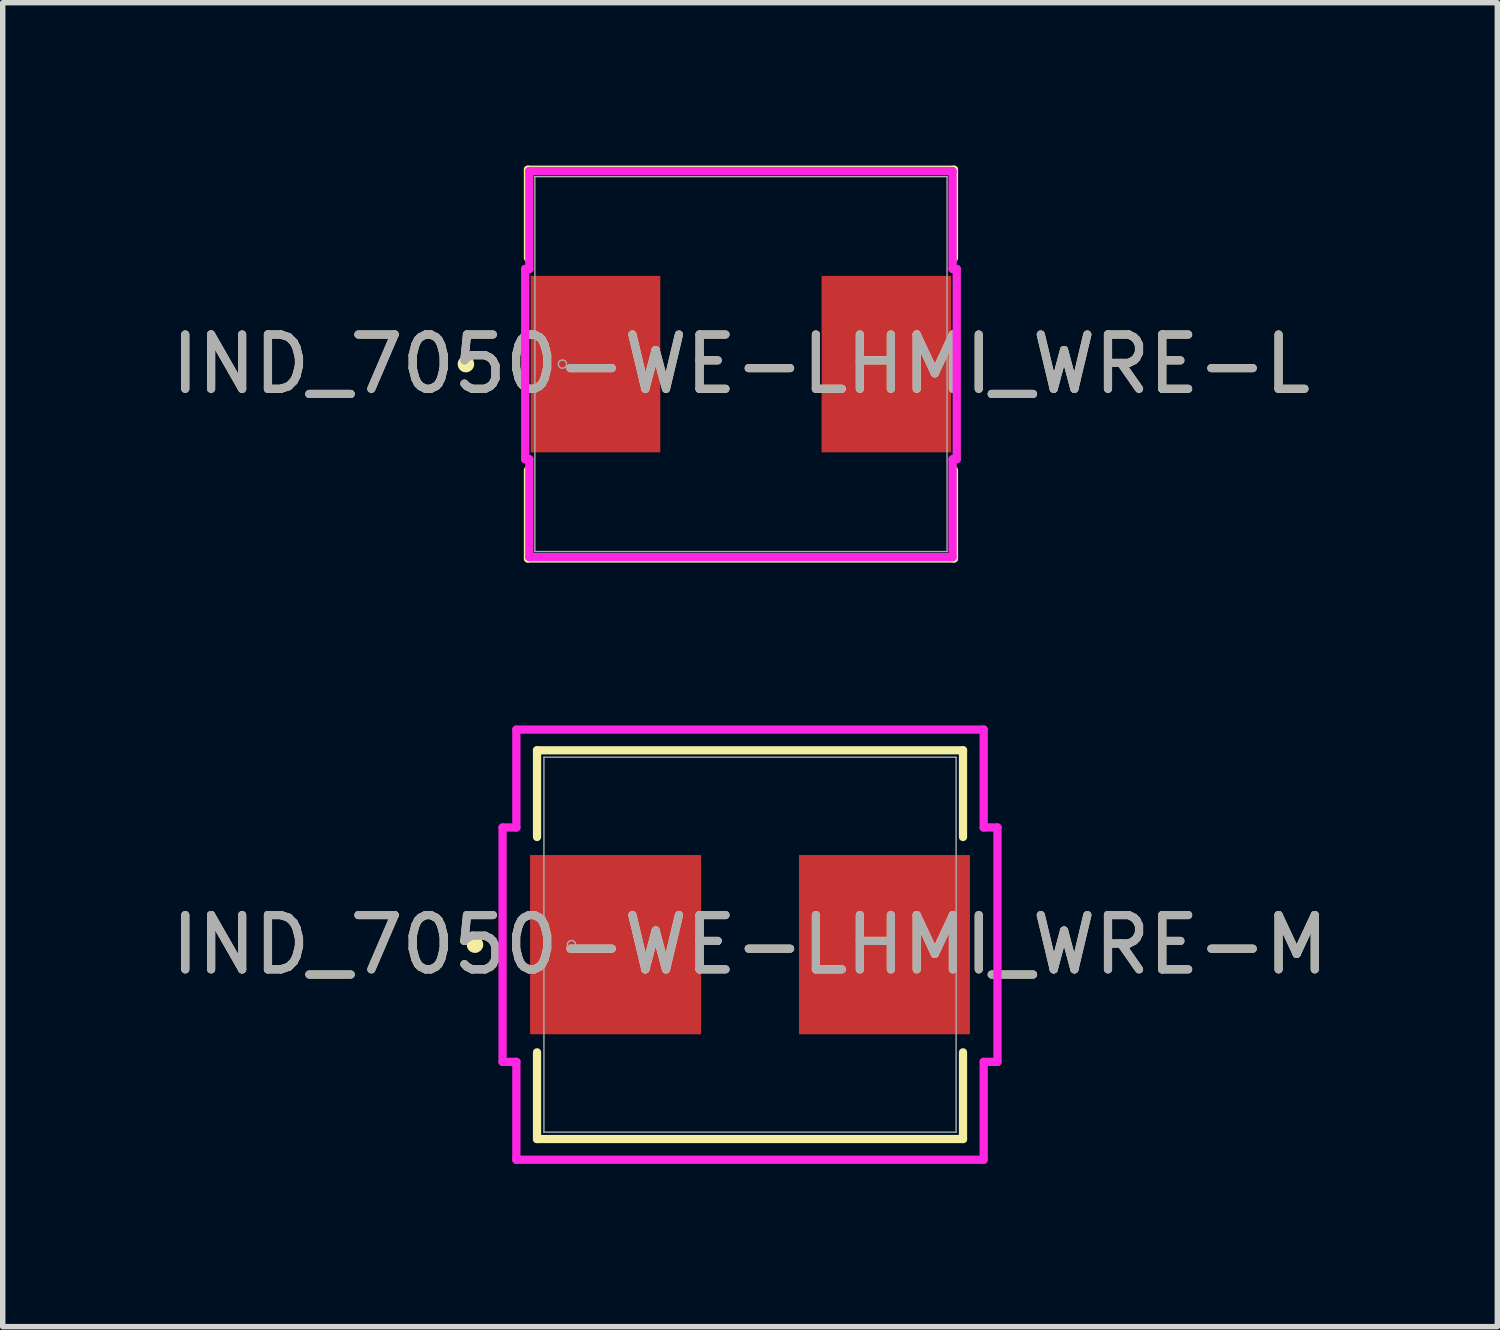
<source format=kicad_pcb>
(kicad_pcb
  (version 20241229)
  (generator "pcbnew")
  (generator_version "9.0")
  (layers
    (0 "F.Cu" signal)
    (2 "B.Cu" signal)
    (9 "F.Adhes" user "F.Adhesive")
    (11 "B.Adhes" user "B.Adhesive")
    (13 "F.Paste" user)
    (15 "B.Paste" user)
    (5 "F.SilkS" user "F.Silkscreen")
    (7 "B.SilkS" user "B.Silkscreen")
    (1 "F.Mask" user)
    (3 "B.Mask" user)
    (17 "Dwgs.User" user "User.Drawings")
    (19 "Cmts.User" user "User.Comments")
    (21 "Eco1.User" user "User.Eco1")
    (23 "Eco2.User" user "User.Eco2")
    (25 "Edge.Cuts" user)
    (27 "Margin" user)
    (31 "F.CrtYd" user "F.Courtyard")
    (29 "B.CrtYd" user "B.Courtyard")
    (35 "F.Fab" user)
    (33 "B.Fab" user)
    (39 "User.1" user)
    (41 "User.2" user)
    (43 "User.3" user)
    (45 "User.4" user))
  (footprint "IND_7050-WE-LHMI_WRE-M"
    (layer "F.Cu")
    (at 10.768 14.354)
    (property "Reference" "IND_7050-WE-LHMI_WRE-M" (at 0 0 0) (unlocked yes) (layer "F.SilkS") (effects (font (size 1 1) (thickness 0.15))))
    (attr smd)
    (fp_line (start -3.924 -3.581) (end -3.924 -1.984) (stroke (width 0.152) (type solid)) (layer "F.SilkS"))
    (fp_line (start -3.924 1.984) (end -3.924 3.581) (stroke (width 0.152) (type solid)) (layer "F.SilkS"))
    (fp_line (start -3.924 3.581) (end 3.924 3.581) (stroke (width 0.152) (type solid)) (layer "F.SilkS"))
    (fp_line (start 3.924 -3.581) (end -3.924 -3.581) (stroke (width 0.152) (type solid)) (layer "F.SilkS"))
    (fp_line (start 3.924 -1.984) (end 3.924 -3.581) (stroke (width 0.152) (type solid)) (layer "F.SilkS"))
    (fp_line (start 3.924 3.581) (end 3.924 1.984) (stroke (width 0.152) (type solid)) (layer "F.SilkS"))
    (fp_circle (center -5.067 0) (end -4.991 0) (stroke (width 0.152) (type solid)) (fill no) (layer "F.SilkS"))
    (fp_line (start -4.559 -2.159) (end -4.305 -2.159) (stroke (width 0.152) (type solid)) (layer "F.CrtYd"))
    (fp_line (start -4.559 2.159) (end -4.559 -2.159) (stroke (width 0.152) (type solid)) (layer "F.CrtYd"))
    (fp_line (start -4.305 -3.962) (end 4.305 -3.962) (stroke (width 0.152) (type solid)) (layer "F.CrtYd"))
    (fp_line (start -4.305 -2.159) (end -4.305 -3.962) (stroke (width 0.152) (type solid)) (layer "F.CrtYd"))
    (fp_line (start -4.305 2.159) (end -4.559 2.159) (stroke (width 0.152) (type solid)) (layer "F.CrtYd"))
    (fp_line (start -4.305 3.962) (end -4.305 2.159) (stroke (width 0.152) (type solid)) (layer "F.CrtYd"))
    (fp_line (start 4.305 -3.962) (end 4.305 -2.159) (stroke (width 0.152) (type solid)) (layer "F.CrtYd"))
    (fp_line (start 4.305 -2.159) (end 4.559 -2.159) (stroke (width 0.152) (type solid)) (layer "F.CrtYd"))
    (fp_line (start 4.305 2.159) (end 4.305 3.962) (stroke (width 0.152) (type solid)) (layer "F.CrtYd"))
    (fp_line (start 4.305 3.962) (end -4.305 3.962) (stroke (width 0.152) (type solid)) (layer "F.CrtYd"))
    (fp_line (start 4.559 -2.159) (end 4.559 2.159) (stroke (width 0.152) (type solid)) (layer "F.CrtYd"))
    (fp_line (start 4.559 2.159) (end 4.305 2.159) (stroke (width 0.152) (type solid)) (layer "F.CrtYd"))
    (fp_line (start -3.797 -3.454) (end -3.797 3.454) (stroke (width 0.025) (type solid)) (layer "F.Fab"))
    (fp_line (start -3.797 3.454) (end 3.797 3.454) (stroke (width 0.025) (type solid)) (layer "F.Fab"))
    (fp_line (start 3.797 -3.454) (end -3.797 -3.454) (stroke (width 0.025) (type solid)) (layer "F.Fab"))
    (fp_line (start 3.797 3.454) (end 3.797 -3.454) (stroke (width 0.025) (type solid)) (layer "F.Fab"))
    (fp_circle (center -3.289 0) (end -3.213 0) (stroke (width 0.025) (type solid)) (fill no) (layer "F.Fab"))
    (fp_text user "${REFERENCE}" (at 0 0 0) (unlocked yes) (layer "F.Fab") (effects (font (size 1 1) (thickness 0.15))))
    (pad "1" smd rect (at -2.477 0 90) (size 3.302 3.15) (layers "F.Cu" "F.Mask" "F.Paste"))
    (pad "2" smd rect (at 2.477 0 90) (size 3.302 3.15) (layers "F.Cu" "F.Mask" "F.Paste"))
    (zone (net_name "") (layer "F.Cu") (hatch full 0.508) (connect_pads) (min_thickness 0.254) (filled_areas_thickness no) (keepout (tracks not_allowed) (vias not_allowed) (pads allowed) (copperpour not_allowed) (footprints allowed)) (placement (enabled no)) (fill) (polygon (pts (xy 7.021 10.95) (xy 14.514 10.95) (xy 14.514 12.652) (xy 7.021 12.652))))
    (zone (net_name "") (layer "F.Cu") (hatch full 0.508) (connect_pads) (min_thickness 0.254) (filled_areas_thickness no) (keepout (tracks not_allowed) (vias not_allowed) (pads allowed) (copperpour not_allowed) (footprints allowed)) (placement (enabled no)) (fill) (polygon (pts (xy 7.021 16.056) (xy 14.514 16.056) (xy 14.514 17.757) (xy 7.021 17.757))))
    (zone (net_name "") (layer "F.Cu") (hatch full 0.508) (connect_pads) (min_thickness 0.254) (filled_areas_thickness no) (keepout (tracks not_allowed) (vias not_allowed) (pads allowed) (copperpour not_allowed) (footprints allowed)) (placement (enabled no)) (fill) (polygon (pts (xy 9.917 12.652) (xy 11.619 12.652) (xy 11.619 16.056) (xy 9.917 16.056)))))
  (footprint "IND_7050-WE-LHMI_WRE-L"
    (layer "F.Cu")
    (at 10.601 3.658)
    (property "Reference" "IND_7050-WE-LHMI_WRE-L" (at 0 0 0) (unlocked yes) (layer "F.SilkS") (effects (font (size 1 1) (thickness 0.15))))
    (attr smd)
    (fp_line (start -3.924 -3.581) (end -3.924 -1.954) (stroke (width 0.152) (type solid)) (layer "F.SilkS"))
    (fp_line (start -3.924 1.954) (end -3.924 3.581) (stroke (width 0.152) (type solid)) (layer "F.SilkS"))
    (fp_line (start -3.924 3.581) (end 3.924 3.581) (stroke (width 0.152) (type solid)) (layer "F.SilkS"))
    (fp_line (start 3.924 -3.581) (end -3.924 -3.581) (stroke (width 0.152) (type solid)) (layer "F.SilkS"))
    (fp_line (start 3.924 -1.954) (end 3.924 -3.581) (stroke (width 0.152) (type solid)) (layer "F.SilkS"))
    (fp_line (start 3.924 3.581) (end 3.924 1.954) (stroke (width 0.152) (type solid)) (layer "F.SilkS"))
    (fp_circle (center -5.067 0) (end -4.991 0) (stroke (width 0.152) (type solid)) (fill no) (layer "F.SilkS"))
    (fp_line (start -3.975 -1.753) (end -3.899 -1.753) (stroke (width 0.152) (type solid)) (layer "F.CrtYd"))
    (fp_line (start -3.975 1.753) (end -3.975 -1.753) (stroke (width 0.152) (type solid)) (layer "F.CrtYd"))
    (fp_line (start -3.899 -3.556) (end 3.899 -3.556) (stroke (width 0.152) (type solid)) (layer "F.CrtYd"))
    (fp_line (start -3.899 -1.753) (end -3.899 -3.556) (stroke (width 0.152) (type solid)) (layer "F.CrtYd"))
    (fp_line (start -3.899 1.753) (end -3.975 1.753) (stroke (width 0.152) (type solid)) (layer "F.CrtYd"))
    (fp_line (start -3.899 3.556) (end -3.899 1.753) (stroke (width 0.152) (type solid)) (layer "F.CrtYd"))
    (fp_line (start 3.899 -3.556) (end 3.899 -1.753) (stroke (width 0.152) (type solid)) (layer "F.CrtYd"))
    (fp_line (start 3.899 -1.753) (end 3.975 -1.753) (stroke (width 0.152) (type solid)) (layer "F.CrtYd"))
    (fp_line (start 3.899 1.753) (end 3.899 3.556) (stroke (width 0.152) (type solid)) (layer "F.CrtYd"))
    (fp_line (start 3.899 3.556) (end -3.899 3.556) (stroke (width 0.152) (type solid)) (layer "F.CrtYd"))
    (fp_line (start 3.975 -1.753) (end 3.975 1.753) (stroke (width 0.152) (type solid)) (layer "F.CrtYd"))
    (fp_line (start 3.975 1.753) (end 3.899 1.753) (stroke (width 0.152) (type solid)) (layer "F.CrtYd"))
    (fp_line (start -3.797 -3.454) (end -3.797 3.454) (stroke (width 0.025) (type solid)) (layer "F.Fab"))
    (fp_line (start -3.797 3.454) (end 3.797 3.454) (stroke (width 0.025) (type solid)) (layer "F.Fab"))
    (fp_line (start 3.797 -3.454) (end -3.797 -3.454) (stroke (width 0.025) (type solid)) (layer "F.Fab"))
    (fp_line (start 3.797 3.454) (end 3.797 -3.454) (stroke (width 0.025) (type solid)) (layer "F.Fab"))
    (fp_circle (center -3.289 0) (end -3.213 0) (stroke (width 0.025) (type solid)) (fill no) (layer "F.Fab"))
    (fp_text user "${REFERENCE}" (at 0 0 0) (unlocked yes) (layer "F.Fab") (effects (font (size 1 1) (thickness 0.15))))
    (pad "1" smd rect (at -2.68 0 90) (size 3.251 2.388) (layers "F.Cu" "F.Mask" "F.Paste"))
    (pad "2" smd rect (at 2.68 0 90) (size 3.251 2.388) (layers "F.Cu" "F.Mask" "F.Paste"))
    (zone (net_name "") (layer "F.Cu") (hatch full 0.508) (connect_pads) (min_thickness 0.254) (filled_areas_thickness no) (keepout (tracks not_allowed) (vias not_allowed) (pads allowed) (copperpour not_allowed) (footprints allowed)) (placement (enabled no)) (fill) (polygon (pts (xy 6.855 0.254) (xy 14.348 0.254) (xy 14.348 1.956) (xy 6.855 1.956))))
    (zone (net_name "") (layer "F.Cu") (hatch full 0.508) (connect_pads) (min_thickness 0.254) (filled_areas_thickness no) (keepout (tracks not_allowed) (vias not_allowed) (pads allowed) (copperpour not_allowed) (footprints allowed)) (placement (enabled no)) (fill) (polygon (pts (xy 6.855 5.359) (xy 14.348 5.359) (xy 14.348 7.061) (xy 6.855 7.061))))
    (zone (net_name "") (layer "F.Cu") (hatch full 0.508) (connect_pads) (min_thickness 0.254) (filled_areas_thickness no) (keepout (tracks not_allowed) (vias not_allowed) (pads allowed) (copperpour not_allowed) (footprints allowed)) (placement (enabled no)) (fill) (polygon (pts (xy 9.166 1.956) (xy 12.036 1.956) (xy 12.036 5.359) (xy 9.166 5.359)))))
  (gr_rect
    (start -3 -3)
    (end 24.536 21.392)
    (stroke (width 0.1) (type default))
    (fill no)
    (layer "Edge.Cuts")))
</source>
